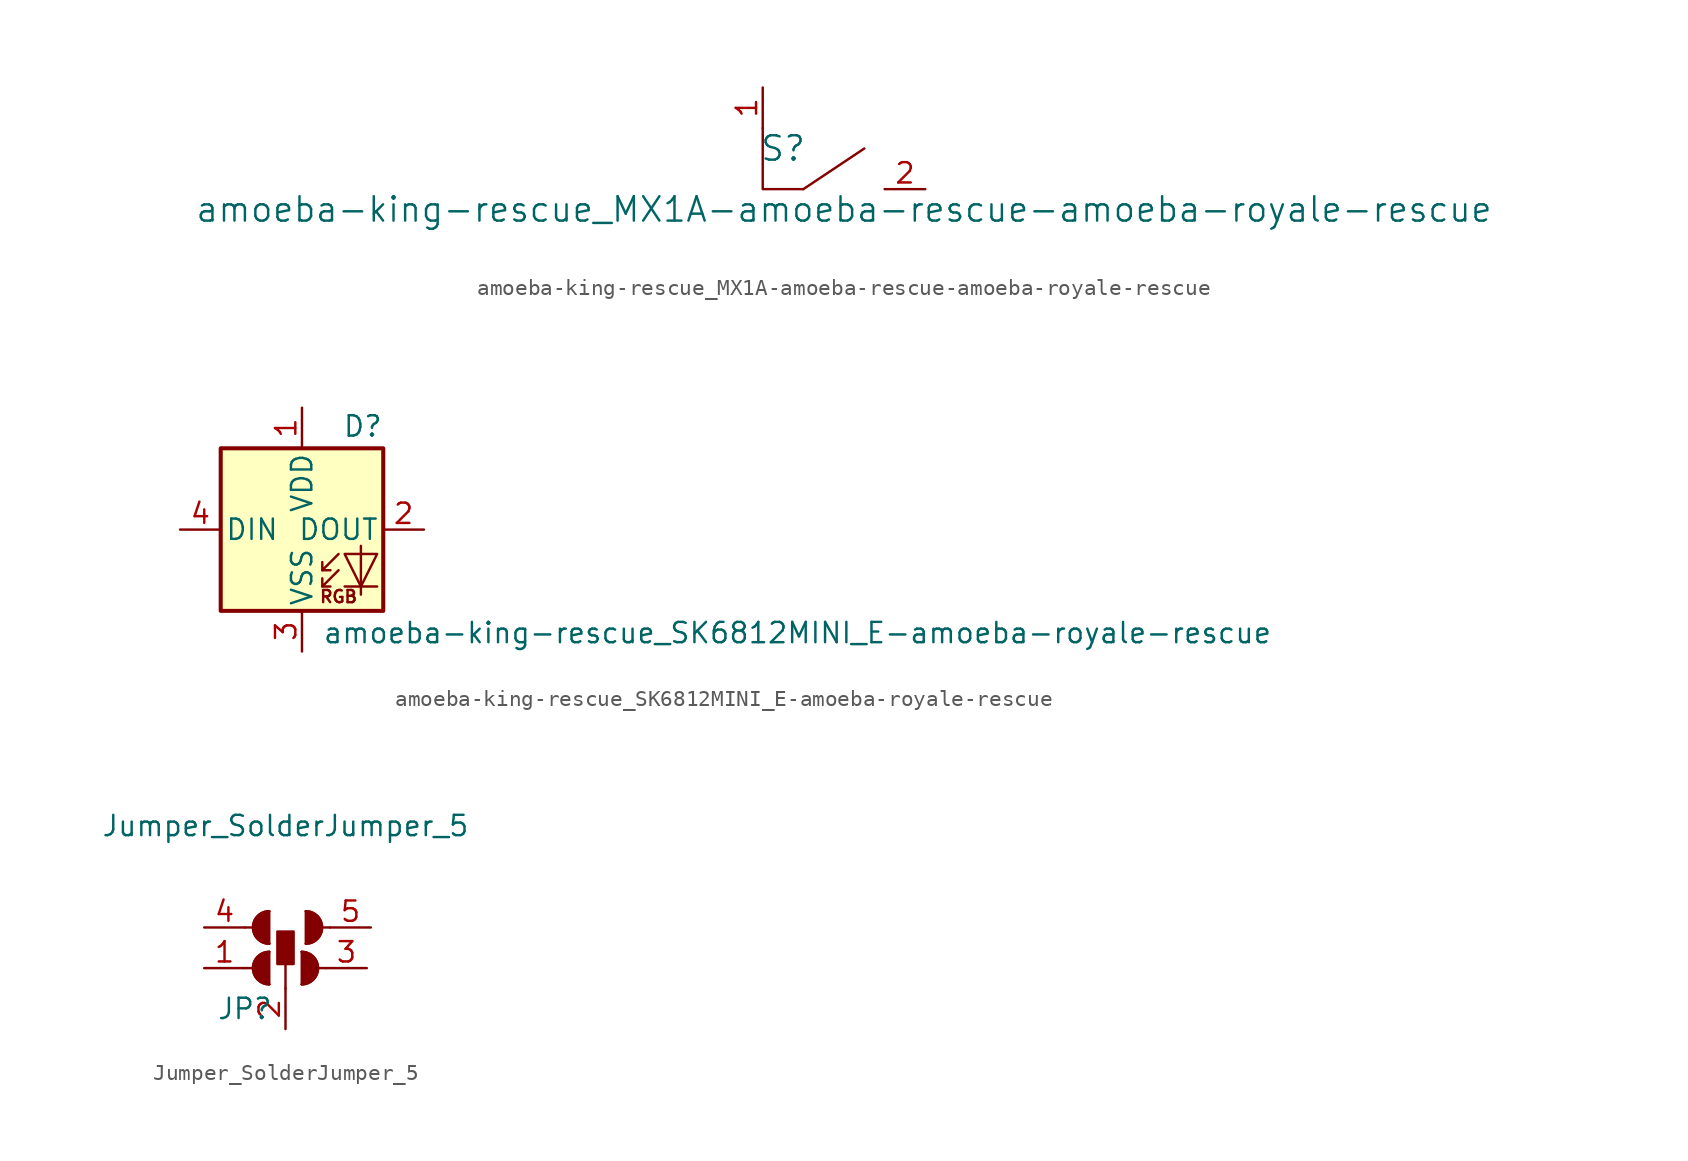
<source format=kicad_sym>
(kicad_symbol_lib
  (version 20211014)
  (generator kicad_symbol_editor)
  (symbol "amoeba-king-rescue_MX1A-amoeba-rescue-amoeba-royale-rescue"
    (pin_names
      (offset 1.016))
    (property "Reference" "S"
      (at -3.81 6.35 0)
      (effects (font (size 1.524 1.524))))
    (property "Value" "amoeba-king-rescue_MX1A-amoeba-rescue-amoeba-royale-rescue"
      (at 0 2.54 0)
      (effects (font (size 1.524 1.524))))
    (property "Footprint" ""
      (at 0 0 0)
      (effects (font (size 1.524 1.524))))
    (property "Datasheet" ""
      (at 0 0 0)
      (effects (font (size 1.524 1.524))))
    (symbol "amoeba-king-rescue_MX1A-amoeba-rescue-amoeba-royale-rescue_0_1"
      (polyline (pts (xy -2.54 3.81) (xy 1.27 6.35)) (stroke (width 0) (type default) (color 0 0 0 0)) (fill (type none)))
      (polyline (pts (xy -5.08 7.62) (xy -5.08 3.81) (xy -2.54 3.81)) (stroke (width 0) (type default) (color 0 0 0 0)) (fill (type none))))
    (symbol "amoeba-king-rescue_MX1A-amoeba-rescue-amoeba-royale-rescue_1_1"
      (pin passive line (at -5.08 10.16 270) (length 2.54) (name "~" (effects (font (size 1.27 1.27)))) (number "1" (effects (font (size 1.27 1.27)))))
      (pin passive line (at 5.08 3.81 180) (length 2.54) (name "~" (effects (font (size 1.27 1.27)))) (number "2" (effects (font (size 1.27 1.27)))))))
  (symbol "amoeba-king-rescue_SK6812MINI_E-amoeba-royale-rescue"
    (pin_names
      (offset 0.254))
    (property "Reference" "D"
      (at 5.08 5.715 0)
      (effects (font (size 1.27 1.27)) (justify right bottom)))
    (property "Value" "amoeba-king-rescue_SK6812MINI_E-amoeba-royale-rescue"
      (at 1.27 -5.715 0)
      (effects (font (size 1.27 1.27)) (justify left top)))
    (symbol "amoeba-king-rescue_SK6812MINI_E-amoeba-royale-rescue_0_0"
      (text "RGB" (at 2.286 -4.191 0) (effects (font (size 0.762 0.762)))))
    (symbol "amoeba-king-rescue_SK6812MINI_E-amoeba-royale-rescue_0_1"
      (polyline (pts (xy 1.27 -3.556) (xy 1.778 -3.556)) (stroke (width 0) (type default) (color 0 0 0 0)) (fill (type none)))
      (polyline (pts (xy 1.27 -2.54) (xy 1.778 -2.54)) (stroke (width 0) (type default) (color 0 0 0 0)) (fill (type none)))
      (polyline (pts (xy 4.699 -3.556) (xy 2.667 -3.556)) (stroke (width 0) (type default) (color 0 0 0 0)) (fill (type none)))
      (polyline (pts (xy 2.286 -2.54) (xy 1.27 -3.556) (xy 1.27 -3.048)) (stroke (width 0) (type default) (color 0 0 0 0)) (fill (type none)))
      (polyline (pts (xy 2.286 -1.524) (xy 1.27 -2.54) (xy 1.27 -2.032)) (stroke (width 0) (type default) (color 0 0 0 0)) (fill (type none)))
      (polyline (pts (xy 3.683 -1.016) (xy 3.683 -3.556) (xy 3.683 -4.064)) (stroke (width 0) (type default) (color 0 0 0 0)) (fill (type none)))
      (polyline (pts (xy 4.699 -1.524) (xy 2.667 -1.524) (xy 3.683 -3.556) (xy 4.699 -1.524)) (stroke (width 0) (type default) (color 0 0 0 0)) (fill (type none)))
      (rectangle (start 5.08 5.08) (end -5.08 -5.08) (stroke (width 0.254) (type default) (color 0 0 0 0)) (fill (type background))))
    (symbol "amoeba-king-rescue_SK6812MINI_E-amoeba-royale-rescue_1_1"
      (pin power_in line (at 0 7.62 270) (length 2.54) (name "VDD" (effects (font (size 1.27 1.27)))) (number "1" (effects (font (size 1.27 1.27)))))
      (pin output line (at 7.62 0 180) (length 2.54) (name "DOUT" (effects (font (size 1.27 1.27)))) (number "2" (effects (font (size 1.27 1.27)))))
      (pin power_out line (at 0 -7.62 90) (length 2.54) (name "VSS" (effects (font (size 1.27 1.27)))) (number "3" (effects (font (size 1.27 1.27)))))
      (pin input line (at -7.62 0 0) (length 2.54) (name "DIN" (effects (font (size 1.27 1.27)))) (number "4" (effects (font (size 1.27 1.27)))))))
  (symbol "Jumper_SolderJumper_5"
    (pin_names
      (offset 0) hide)
    (property "Reference" "JP"
      (at -2.54 -2.54 0)
      (effects (font (size 1.27 1.27))))
    (property "Value" "Jumper_SolderJumper_5"
      (at 0 8.89 0)
      (effects (font (size 1.27 1.27))))
    (symbol "Jumper_SolderJumper_5_0_1"
      (arc (start -1.016 1.016) (mid -2.032 0) (end -1.016 -1.016) (stroke (width 0) (type default) (color 0 0 0 0)) (fill (type none)))
      (arc (start -1.016 1.016) (mid -2.032 0) (end -1.016 -1.016) (stroke (width 0) (type default) (color 0 0 0 0)) (fill (type outline)))
      (arc (start -1.016 3.556) (mid -2.032 2.54) (end -1.016 1.524) (stroke (width 0) (type default) (color 0 0 0 0)) (fill (type none)))
      (arc (start -1.016 3.556) (mid -2.032 2.54) (end -1.016 1.524) (stroke (width 0) (type default) (color 0 0 0 0)) (fill (type outline)))
      (rectangle (start -0.508 2.286) (end 0.508 0.254) (stroke (width 0) (type default) (color 0 0 0 0)) (fill (type outline)))
      (polyline (pts (xy -2.54 0) (xy -2.032 0)) (stroke (width 0) (type default) (color 0 0 0 0)) (fill (type none)))
      (polyline (pts (xy -2.54 2.54) (xy -2.032 2.54)) (stroke (width 0) (type default) (color 0 0 0 0)) (fill (type none)))
      (polyline (pts (xy -1.016 1.016) (xy -1.016 -1.016)) (stroke (width 0) (type default) (color 0 0 0 0)) (fill (type none)))
      (polyline (pts (xy -1.016 3.556) (xy -1.016 1.524)) (stroke (width 0) (type default) (color 0 0 0 0)) (fill (type none)))
      (polyline (pts (xy 0 1.27) (xy 0 -1.27)) (stroke (width 0) (type default) (color 0 0 0 0)) (fill (type none)))
      (polyline (pts (xy 1.016 1.016) (xy 1.016 -1.016)) (stroke (width 0) (type default) (color 0 0 0 0)) (fill (type none)))
      (polyline (pts (xy 1.27 3.556) (xy 1.27 1.524)) (stroke (width 0) (type default) (color 0 0 0 0)) (fill (type none)))
      (polyline (pts (xy 2.54 0) (xy 2.032 0)) (stroke (width 0) (type default) (color 0 0 0 0)) (fill (type none)))
      (polyline (pts (xy 2.794 2.54) (xy 2.286 2.54)) (stroke (width 0) (type default) (color 0 0 0 0)) (fill (type none)))
      (arc (start 1.016 -1.016) (mid 2.032 0) (end 1.016 1.016) (stroke (width 0) (type default) (color 0 0 0 0)) (fill (type none)))
      (arc (start 1.016 -1.016) (mid 2.032 0) (end 1.016 1.016) (stroke (width 0) (type default) (color 0 0 0 0)) (fill (type outline)))
      (arc (start 1.27 1.524) (mid 2.286 2.54) (end 1.27 3.556) (stroke (width 0) (type default) (color 0 0 0 0)) (fill (type none)))
      (arc (start 1.27 1.524) (mid 2.286 2.54) (end 1.27 3.556) (stroke (width 0) (type default) (color 0 0 0 0)) (fill (type outline))))
    (symbol "Jumper_SolderJumper_5_1_1"
      (pin passive line (at -5.08 0 0) (length 2.54) (name "A" (effects (font (size 1.27 1.27)))) (number "1" (effects (font (size 1.27 1.27)))))
      (pin input line (at 0 -3.81 90) (length 2.54) (name "C" (effects (font (size 1.27 1.27)))) (number "2" (effects (font (size 1.27 1.27)))))
      (pin passive line (at 5.08 0 180) (length 2.54) (name "B" (effects (font (size 1.27 1.27)))) (number "3" (effects (font (size 1.27 1.27)))))
      (pin passive line (at -5.08 2.54 0) (length 2.54) (name "D" (effects (font (size 1.27 1.27)))) (number "4" (effects (font (size 1.27 1.27)))))
      (pin passive line (at 5.334 2.54 180) (length 2.54) (name "E" (effects (font (size 1.27 1.27)))) (number "5" (effects (font (size 1.27 1.27))))))))
</source>
